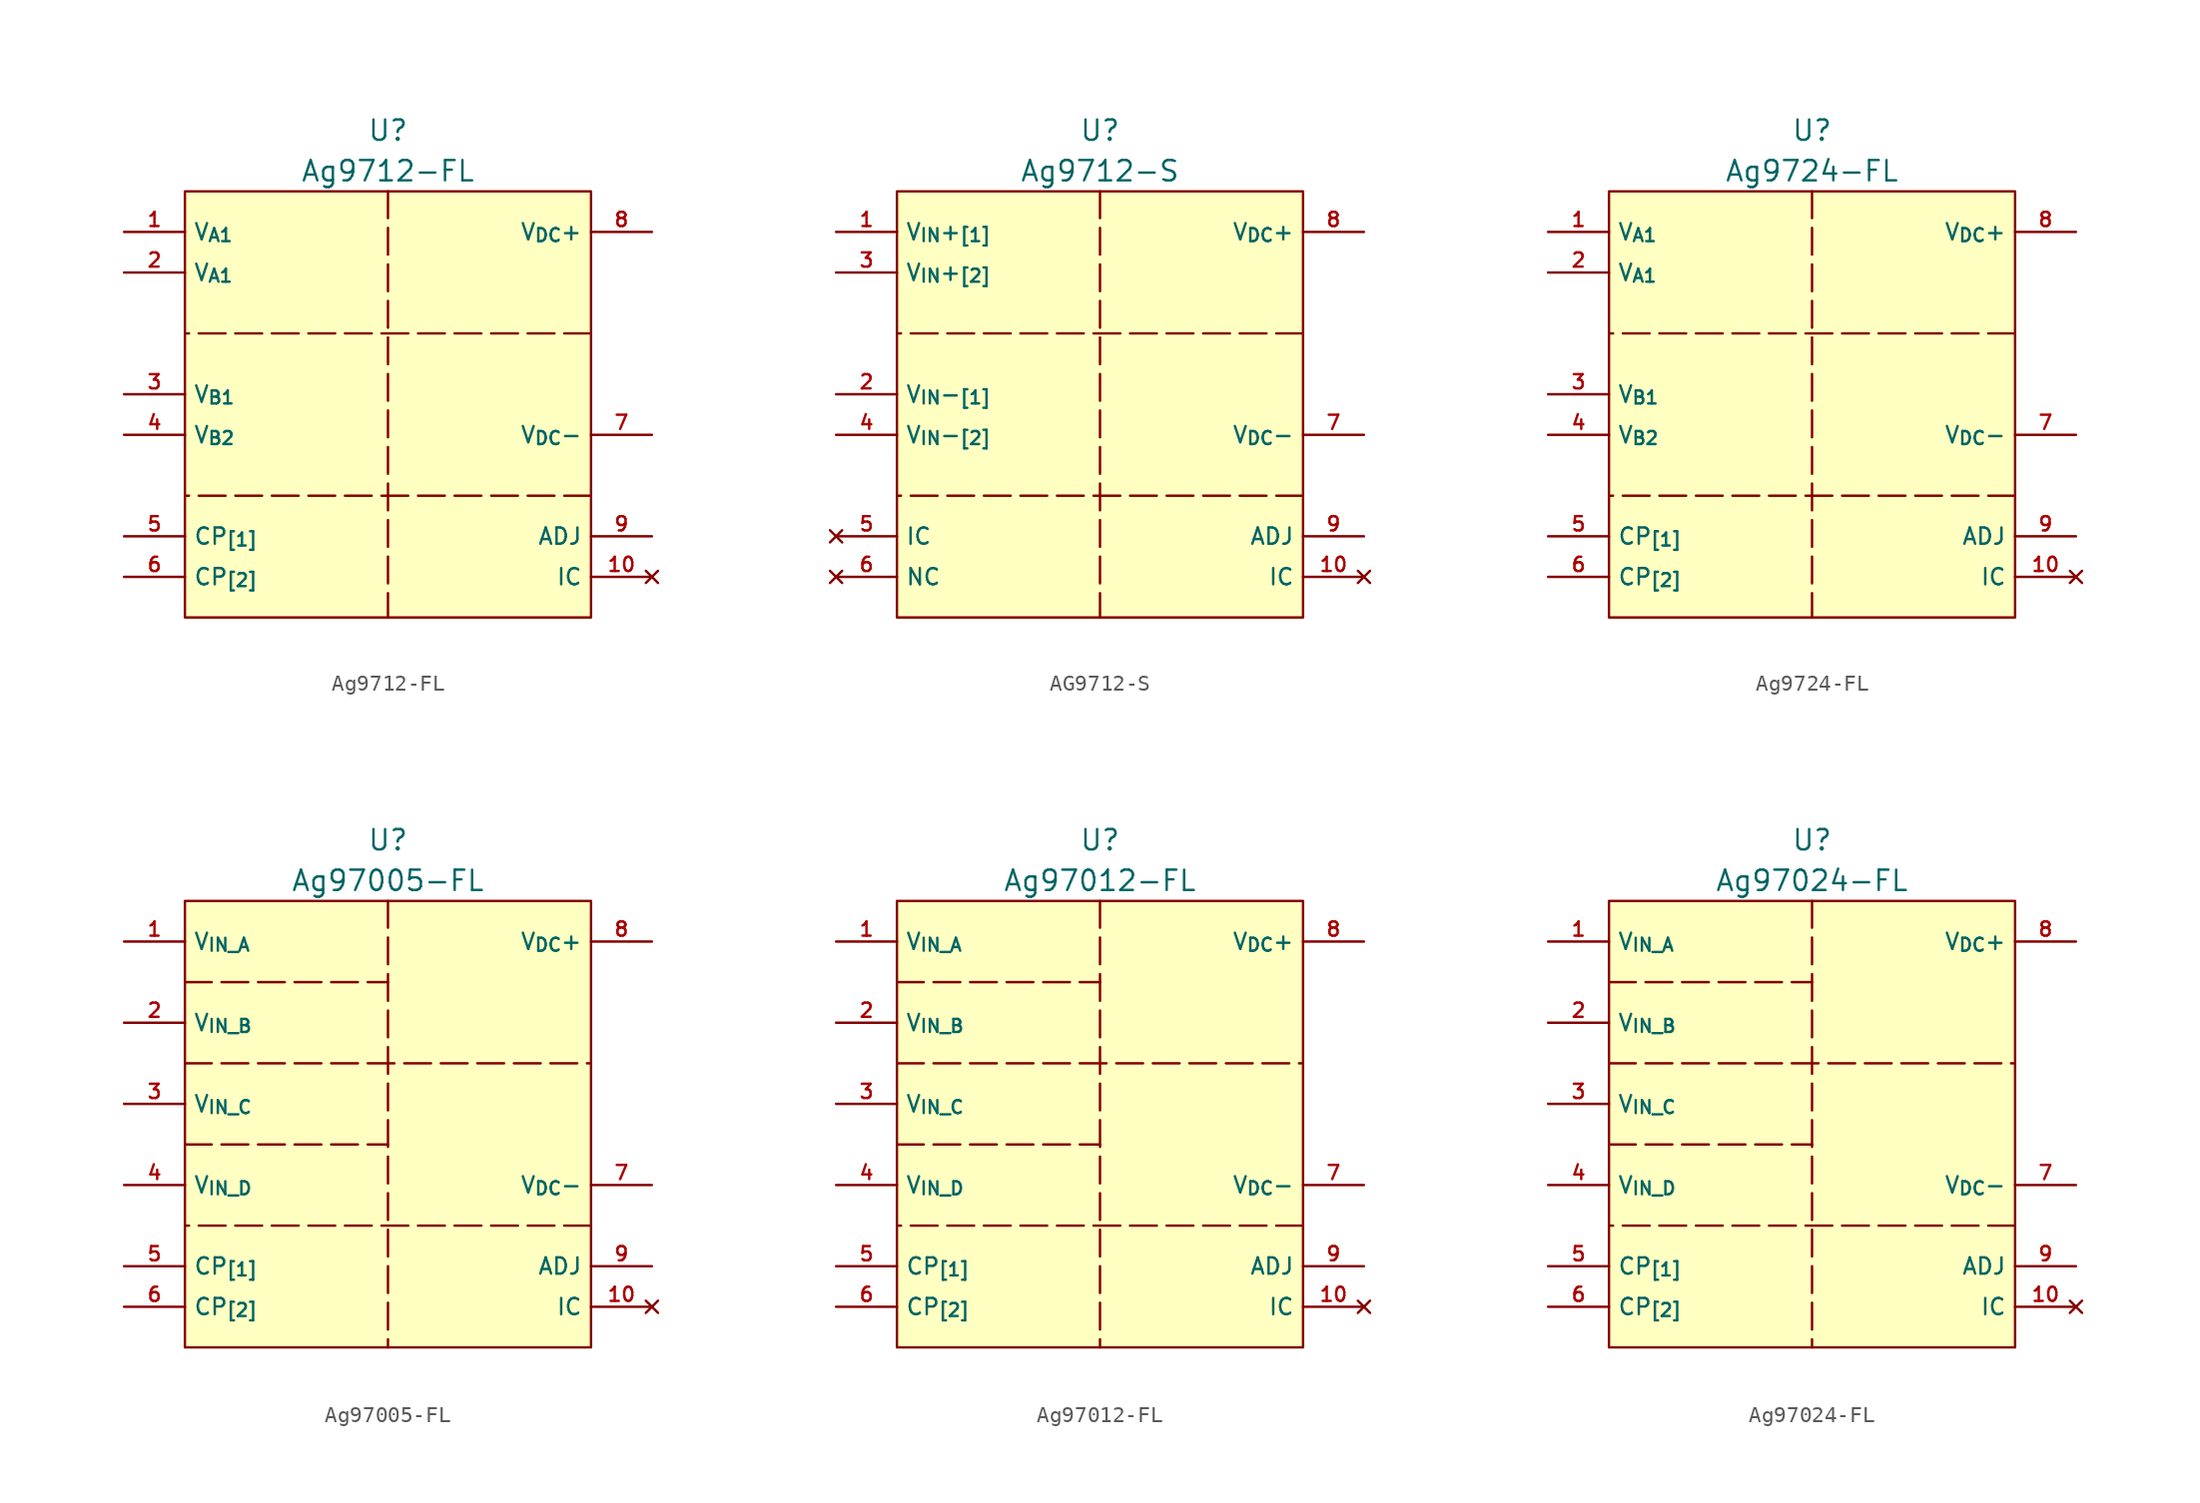
<source format=kicad_sym>
(kicad_symbol_lib
  (version 20241209)
  (generator "kicad_symbol_editor")
  (generator_version "9.0")
  (symbol "Ag9712-FL"
    (property "Reference" "U"
      (at 0 3.81 0)
      (effects (font (size 1.27 1.27))))
    (property "Value" "Ag9712-FL"
      (at 0 1.27 0)
      (effects (font (size 1.27 1.27))))
    (symbol "Ag9712-FL_1_1"
      (rectangle (start -12.7 0) (end 12.7 -26.67) (stroke (width 0) (type solid)) (fill (type background)))
      (polyline (pts (xy 0 0) (xy 0 -26.67)) (stroke (width 0) (type dash)) (fill (type none)))
      (polyline (pts (xy 12.7 -8.89) (xy -12.7 -8.89)) (stroke (width 0) (type dash)) (fill (type none)))
      (polyline (pts (xy 12.7 -19.05) (xy -12.7 -19.05)) (stroke (width 0) (type dash)) (fill (type none)))
      (pin power_in line (at -16.51 -2.54 0) (length 3.81) (name "V_{A1}" (effects (font (size 1.016 1.016)))) (number "1" (effects (font (size 0.889 0.889)))))
      (pin power_in line (at -16.51 -5.08 0) (length 3.81) (name "V_{A1}" (effects (font (size 1.016 1.016)))) (number "2" (effects (font (size 0.889 0.889)))))
      (pin power_in line (at -16.51 -12.7 0) (length 3.81) (name "V_{B1}" (effects (font (size 1.016 1.016)))) (number "3" (effects (font (size 0.889 0.889)))))
      (pin power_in line (at -16.51 -15.24 0) (length 3.81) (name "V_{B2}" (effects (font (size 1.016 1.016)))) (number "4" (effects (font (size 0.889 0.889)))))
      (pin input line (at -16.51 -21.59 0) (length 3.81) (name "CP_{[1]}" (effects (font (size 1.016 1.016)))) (number "5" (effects (font (size 0.889 0.889)))))
      (pin input line (at -16.51 -24.13 0) (length 3.81) (name "CP_{[2]}" (effects (font (size 1.016 1.016)))) (number "6" (effects (font (size 0.889 0.889)))))
      (pin power_out line (at 16.51 -2.54 180) (length 3.81) (name "V_{DC}+" (effects (font (size 1.016 1.016)))) (number "8" (effects (font (size 0.889 0.889)))))
      (pin power_out line (at 16.51 -15.24 180) (length 3.81) (name "V_{DC}-" (effects (font (size 1.016 1.016)))) (number "7" (effects (font (size 0.889 0.889)))))
      (pin input line (at 16.51 -21.59 180) (length 3.81) (name "ADJ" (effects (font (size 1.016 1.016)))) (number "9" (effects (font (size 0.889 0.889)))))
      (pin no_connect line (at 16.51 -24.13 180) (length 3.81) (name "IC" (effects (font (size 1.016 1.016)))) (number "10" (effects (font (size 0.889 0.889)))))))
  (symbol "AG9712-S"
    (property "Reference" "U"
      (at 0 3.81 0)
      (effects (font (size 1.27 1.27))))
    (property "Value" "Ag9712-S"
      (at 0 1.27 0)
      (effects (font (size 1.27 1.27))))
    (symbol "AG9712-S_1_1"
      (rectangle (start -12.7 0) (end 12.7 -26.67) (stroke (width 0) (type solid)) (fill (type background)))
      (polyline (pts (xy 0 0) (xy 0 -26.67)) (stroke (width 0) (type dash)) (fill (type none)))
      (polyline (pts (xy 12.7 -8.89) (xy -12.7 -8.89)) (stroke (width 0) (type dash)) (fill (type none)))
      (polyline (pts (xy 12.7 -19.05) (xy -12.7 -19.05)) (stroke (width 0) (type dash)) (fill (type none)))
      (pin power_in line (at -16.51 -2.54 0) (length 3.81) (name "V_{IN}+_{[1]}" (effects (font (size 1.016 1.016)))) (number "1" (effects (font (size 0.889 0.889)))))
      (pin power_in line (at -16.51 -5.08 0) (length 3.81) (name "V_{IN}+_{[2]}" (effects (font (size 1.016 1.016)))) (number "3" (effects (font (size 0.889 0.889)))))
      (pin power_in line (at -16.51 -12.7 0) (length 3.81) (name "V_{IN}-_{[1]}" (effects (font (size 1.016 1.016)))) (number "2" (effects (font (size 0.889 0.889)))))
      (pin power_in line (at -16.51 -15.24 0) (length 3.81) (name "V_{IN}-_{[2]}" (effects (font (size 1.016 1.016)))) (number "4" (effects (font (size 0.889 0.889)))))
      (pin no_connect line (at -16.51 -21.59 0) (length 3.81) (name "IC" (effects (font (size 1.016 1.016)))) (number "5" (effects (font (size 0.889 0.889)))))
      (pin no_connect line (at -16.51 -24.13 0) (length 3.81) (name "NC" (effects (font (size 1.016 1.016)))) (number "6" (effects (font (size 0.889 0.889)))))
      (pin power_out line (at 16.51 -2.54 180) (length 3.81) (name "V_{DC}+" (effects (font (size 1.016 1.016)))) (number "8" (effects (font (size 0.889 0.889)))))
      (pin power_out line (at 16.51 -15.24 180) (length 3.81) (name "V_{DC}-" (effects (font (size 1.016 1.016)))) (number "7" (effects (font (size 0.889 0.889)))))
      (pin input line (at 16.51 -21.59 180) (length 3.81) (name "ADJ" (effects (font (size 1.016 1.016)))) (number "9" (effects (font (size 0.889 0.889)))))
      (pin no_connect line (at 16.51 -24.13 180) (length 3.81) (name "IC" (effects (font (size 1.016 1.016)))) (number "10" (effects (font (size 0.889 0.889)))))))
  (symbol "Ag9724-FL"
    (property "Reference" "U"
      (at 0 3.81 0)
      (effects (font (size 1.27 1.27))))
    (property "Value" "Ag9724-FL"
      (at 0 1.27 0)
      (effects (font (size 1.27 1.27))))
    (symbol "Ag9724-FL_1_1"
      (rectangle (start -12.7 0) (end 12.7 -26.67) (stroke (width 0) (type solid)) (fill (type background)))
      (polyline (pts (xy 0 0) (xy 0 -26.67)) (stroke (width 0) (type dash)) (fill (type none)))
      (polyline (pts (xy 12.7 -8.89) (xy -12.7 -8.89)) (stroke (width 0) (type dash)) (fill (type none)))
      (polyline (pts (xy 12.7 -19.05) (xy -12.7 -19.05)) (stroke (width 0) (type dash)) (fill (type none)))
      (pin power_in line (at -16.51 -2.54 0) (length 3.81) (name "V_{A1}" (effects (font (size 1.016 1.016)))) (number "1" (effects (font (size 0.889 0.889)))))
      (pin power_in line (at -16.51 -5.08 0) (length 3.81) (name "V_{A1}" (effects (font (size 1.016 1.016)))) (number "2" (effects (font (size 0.889 0.889)))))
      (pin power_in line (at -16.51 -12.7 0) (length 3.81) (name "V_{B1}" (effects (font (size 1.016 1.016)))) (number "3" (effects (font (size 0.889 0.889)))))
      (pin power_in line (at -16.51 -15.24 0) (length 3.81) (name "V_{B2}" (effects (font (size 1.016 1.016)))) (number "4" (effects (font (size 0.889 0.889)))))
      (pin input line (at -16.51 -21.59 0) (length 3.81) (name "CP_{[1]}" (effects (font (size 1.016 1.016)))) (number "5" (effects (font (size 0.889 0.889)))))
      (pin input line (at -16.51 -24.13 0) (length 3.81) (name "CP_{[2]}" (effects (font (size 1.016 1.016)))) (number "6" (effects (font (size 0.889 0.889)))))
      (pin power_out line (at 16.51 -2.54 180) (length 3.81) (name "V_{DC}+" (effects (font (size 1.016 1.016)))) (number "8" (effects (font (size 0.889 0.889)))))
      (pin power_out line (at 16.51 -15.24 180) (length 3.81) (name "V_{DC}-" (effects (font (size 1.016 1.016)))) (number "7" (effects (font (size 0.889 0.889)))))
      (pin input line (at 16.51 -21.59 180) (length 3.81) (name "ADJ" (effects (font (size 1.016 1.016)))) (number "9" (effects (font (size 0.889 0.889)))))
      (pin no_connect line (at 16.51 -24.13 180) (length 3.81) (name "IC" (effects (font (size 1.016 1.016)))) (number "10" (effects (font (size 0.889 0.889)))))))
  (symbol "Ag97005-FL"
    (property "Reference" "U"
      (at 0 3.81 0)
      (effects (font (size 1.27 1.27))))
    (property "Value" "Ag97005-FL"
      (at 0 1.27 0)
      (effects (font (size 1.27 1.27))))
    (symbol "Ag97005-FL_1_1"
      (rectangle (start -12.7 0) (end 12.7 -27.94) (stroke (width 0) (type solid)) (fill (type background)))
      (polyline (pts (xy -12.7 -5.08) (xy 0 -5.08)) (stroke (width 0) (type dash)) (fill (type none)))
      (polyline (pts (xy -12.7 -10.16) (xy 12.7 -10.16)) (stroke (width 0) (type dash)) (fill (type none)))
      (polyline (pts (xy -12.7 -15.24) (xy 0 -15.24)) (stroke (width 0) (type dash)) (fill (type none)))
      (polyline (pts (xy 0 0) (xy 0 -27.94)) (stroke (width 0) (type dash)) (fill (type none)))
      (polyline (pts (xy 12.7 -20.32) (xy -12.7 -20.32)) (stroke (width 0) (type dash)) (fill (type none)))
      (pin power_in line (at -16.51 -2.54 0) (length 3.81) (name "V_{IN_A}" (effects (font (size 1.016 1.016)))) (number "1" (effects (font (size 0.889 0.889)))))
      (pin power_in line (at -16.51 -7.62 0) (length 3.81) (name "V_{IN_B}" (effects (font (size 1.016 1.016)))) (number "2" (effects (font (size 0.889 0.889)))))
      (pin power_in line (at -16.51 -12.7 0) (length 3.81) (name "V_{IN_C}" (effects (font (size 1.016 1.016)))) (number "3" (effects (font (size 0.889 0.889)))))
      (pin power_in line (at -16.51 -17.78 0) (length 3.81) (name "V_{IN_D}" (effects (font (size 1.016 1.016)))) (number "4" (effects (font (size 0.889 0.889)))))
      (pin input line (at -16.51 -22.86 0) (length 3.81) (name "CP_{[1]}" (effects (font (size 1.016 1.016)))) (number "5" (effects (font (size 0.889 0.889)))))
      (pin input line (at -16.51 -25.4 0) (length 3.81) (name "CP_{[2]}" (effects (font (size 1.016 1.016)))) (number "6" (effects (font (size 0.889 0.889)))))
      (pin power_out line (at 16.51 -2.54 180) (length 3.81) (name "V_{DC}+" (effects (font (size 1.016 1.016)))) (number "8" (effects (font (size 0.889 0.889)))))
      (pin power_out line (at 16.51 -17.78 180) (length 3.81) (name "V_{DC}-" (effects (font (size 1.016 1.016)))) (number "7" (effects (font (size 0.889 0.889)))))
      (pin input line (at 16.51 -22.86 180) (length 3.81) (name "ADJ" (effects (font (size 1.016 1.016)))) (number "9" (effects (font (size 0.889 0.889)))))
      (pin no_connect line (at 16.51 -25.4 180) (length 3.81) (name "IC" (effects (font (size 1.016 1.016)))) (number "10" (effects (font (size 0.889 0.889)))))))
  (symbol "Ag97012-FL"
    (property "Reference" "U"
      (at 0 3.81 0)
      (effects (font (size 1.27 1.27))))
    (property "Value" "Ag97012-FL"
      (at 0 1.27 0)
      (effects (font (size 1.27 1.27))))
    (symbol "Ag97012-FL_1_1"
      (rectangle (start -12.7 0) (end 12.7 -27.94) (stroke (width 0) (type solid)) (fill (type background)))
      (polyline (pts (xy -12.7 -5.08) (xy 0 -5.08)) (stroke (width 0) (type dash)) (fill (type none)))
      (polyline (pts (xy -12.7 -10.16) (xy 12.7 -10.16)) (stroke (width 0) (type dash)) (fill (type none)))
      (polyline (pts (xy -12.7 -15.24) (xy 0 -15.24)) (stroke (width 0) (type dash)) (fill (type none)))
      (polyline (pts (xy 0 0) (xy 0 -27.94)) (stroke (width 0) (type dash)) (fill (type none)))
      (polyline (pts (xy 12.7 -20.32) (xy -12.7 -20.32)) (stroke (width 0) (type dash)) (fill (type none)))
      (pin power_in line (at -16.51 -2.54 0) (length 3.81) (name "V_{IN_A}" (effects (font (size 1.016 1.016)))) (number "1" (effects (font (size 0.889 0.889)))))
      (pin power_in line (at -16.51 -7.62 0) (length 3.81) (name "V_{IN_B}" (effects (font (size 1.016 1.016)))) (number "2" (effects (font (size 0.889 0.889)))))
      (pin power_in line (at -16.51 -12.7 0) (length 3.81) (name "V_{IN_C}" (effects (font (size 1.016 1.016)))) (number "3" (effects (font (size 0.889 0.889)))))
      (pin power_in line (at -16.51 -17.78 0) (length 3.81) (name "V_{IN_D}" (effects (font (size 1.016 1.016)))) (number "4" (effects (font (size 0.889 0.889)))))
      (pin input line (at -16.51 -22.86 0) (length 3.81) (name "CP_{[1]}" (effects (font (size 1.016 1.016)))) (number "5" (effects (font (size 0.889 0.889)))))
      (pin input line (at -16.51 -25.4 0) (length 3.81) (name "CP_{[2]}" (effects (font (size 1.016 1.016)))) (number "6" (effects (font (size 0.889 0.889)))))
      (pin power_out line (at 16.51 -2.54 180) (length 3.81) (name "V_{DC}+" (effects (font (size 1.016 1.016)))) (number "8" (effects (font (size 0.889 0.889)))))
      (pin power_out line (at 16.51 -17.78 180) (length 3.81) (name "V_{DC}-" (effects (font (size 1.016 1.016)))) (number "7" (effects (font (size 0.889 0.889)))))
      (pin input line (at 16.51 -22.86 180) (length 3.81) (name "ADJ" (effects (font (size 1.016 1.016)))) (number "9" (effects (font (size 0.889 0.889)))))
      (pin no_connect line (at 16.51 -25.4 180) (length 3.81) (name "IC" (effects (font (size 1.016 1.016)))) (number "10" (effects (font (size 0.889 0.889)))))))
  (symbol "Ag97024-FL"
    (property "Reference" "U"
      (at 0 3.81 0)
      (effects (font (size 1.27 1.27))))
    (property "Value" "Ag97024-FL"
      (at 0 1.27 0)
      (effects (font (size 1.27 1.27))))
    (symbol "Ag97024-FL_1_1"
      (rectangle (start -12.7 0) (end 12.7 -27.94) (stroke (width 0) (type solid)) (fill (type background)))
      (polyline (pts (xy -12.7 -5.08) (xy 0 -5.08)) (stroke (width 0) (type dash)) (fill (type none)))
      (polyline (pts (xy -12.7 -10.16) (xy 12.7 -10.16)) (stroke (width 0) (type dash)) (fill (type none)))
      (polyline (pts (xy -12.7 -15.24) (xy 0 -15.24)) (stroke (width 0) (type dash)) (fill (type none)))
      (polyline (pts (xy 0 0) (xy 0 -27.94)) (stroke (width 0) (type dash)) (fill (type none)))
      (polyline (pts (xy 12.7 -20.32) (xy -12.7 -20.32)) (stroke (width 0) (type dash)) (fill (type none)))
      (pin power_in line (at -16.51 -2.54 0) (length 3.81) (name "V_{IN_A}" (effects (font (size 1.016 1.016)))) (number "1" (effects (font (size 0.889 0.889)))))
      (pin power_in line (at -16.51 -7.62 0) (length 3.81) (name "V_{IN_B}" (effects (font (size 1.016 1.016)))) (number "2" (effects (font (size 0.889 0.889)))))
      (pin power_in line (at -16.51 -12.7 0) (length 3.81) (name "V_{IN_C}" (effects (font (size 1.016 1.016)))) (number "3" (effects (font (size 0.889 0.889)))))
      (pin power_in line (at -16.51 -17.78 0) (length 3.81) (name "V_{IN_D}" (effects (font (size 1.016 1.016)))) (number "4" (effects (font (size 0.889 0.889)))))
      (pin input line (at -16.51 -22.86 0) (length 3.81) (name "CP_{[1]}" (effects (font (size 1.016 1.016)))) (number "5" (effects (font (size 0.889 0.889)))))
      (pin input line (at -16.51 -25.4 0) (length 3.81) (name "CP_{[2]}" (effects (font (size 1.016 1.016)))) (number "6" (effects (font (size 0.889 0.889)))))
      (pin power_out line (at 16.51 -2.54 180) (length 3.81) (name "V_{DC}+" (effects (font (size 1.016 1.016)))) (number "8" (effects (font (size 0.889 0.889)))))
      (pin power_out line (at 16.51 -17.78 180) (length 3.81) (name "V_{DC}-" (effects (font (size 1.016 1.016)))) (number "7" (effects (font (size 0.889 0.889)))))
      (pin input line (at 16.51 -22.86 180) (length 3.81) (name "ADJ" (effects (font (size 1.016 1.016)))) (number "9" (effects (font (size 0.889 0.889)))))
      (pin no_connect line (at 16.51 -25.4 180) (length 3.81) (name "IC" (effects (font (size 1.016 1.016)))) (number "10" (effects (font (size 0.889 0.889))))))))
</source>
